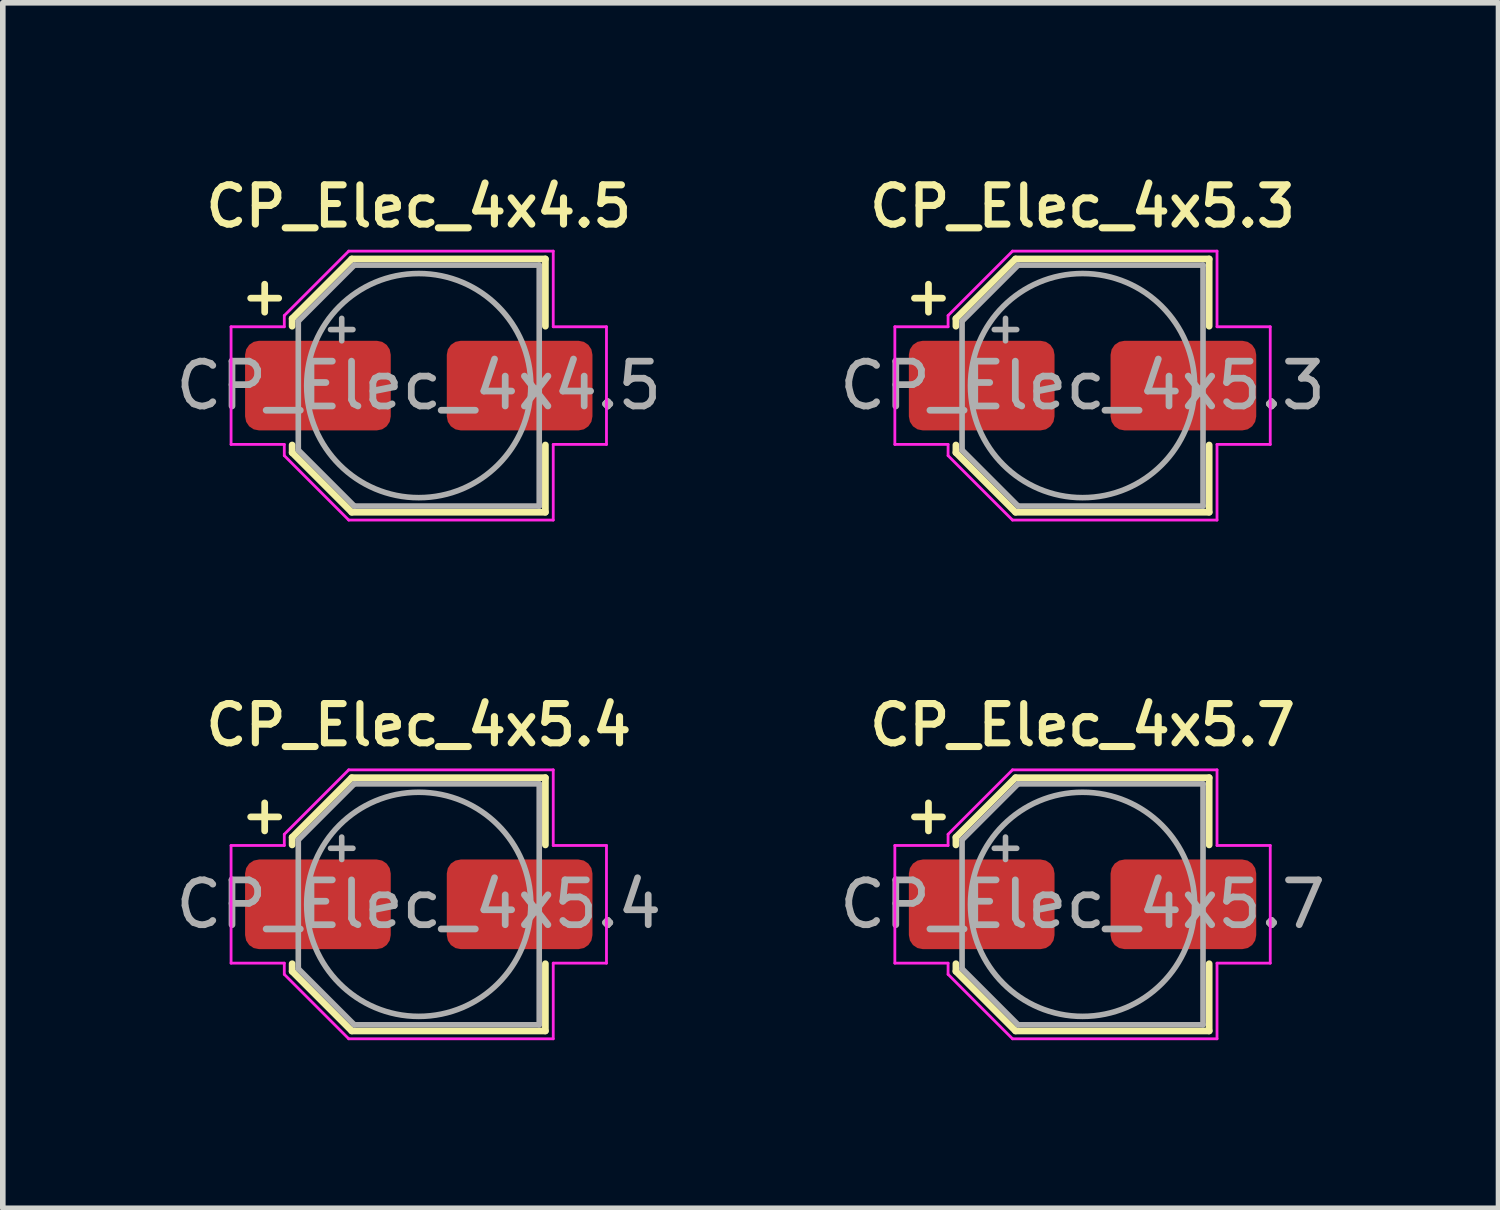
<source format=kicad_pcb>
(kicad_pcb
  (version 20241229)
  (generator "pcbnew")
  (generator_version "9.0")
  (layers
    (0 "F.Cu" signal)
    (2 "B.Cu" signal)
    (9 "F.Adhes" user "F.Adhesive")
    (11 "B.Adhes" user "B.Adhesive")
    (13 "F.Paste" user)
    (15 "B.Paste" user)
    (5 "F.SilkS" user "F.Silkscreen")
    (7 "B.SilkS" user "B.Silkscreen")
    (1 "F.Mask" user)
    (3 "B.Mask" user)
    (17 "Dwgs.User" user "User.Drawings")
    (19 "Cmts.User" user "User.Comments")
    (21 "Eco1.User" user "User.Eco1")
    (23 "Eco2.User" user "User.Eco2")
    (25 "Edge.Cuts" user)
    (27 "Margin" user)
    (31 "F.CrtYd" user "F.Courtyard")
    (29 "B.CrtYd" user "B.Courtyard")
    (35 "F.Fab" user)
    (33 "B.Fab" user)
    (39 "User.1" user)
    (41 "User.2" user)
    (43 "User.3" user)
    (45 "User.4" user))
  (footprint "CP_Elec_4x4.5"
    (layer "F.Cu")
    (at 4.424 3.832)
    (property "Reference" "CP_Elec_4x4.5" (at 0 -3.2 0) (layer "F.SilkS") (effects (font (size 0.7 0.7) (thickness 0.127))))
    (attr smd)
    (fp_line (start -3 -1.56) (end -2.5 -1.56) (stroke (width 0.12) (type solid)) (layer "F.SilkS"))
    (fp_line (start -2.75 -1.81) (end -2.75 -1.31) (stroke (width 0.12) (type solid)) (layer "F.SilkS"))
    (fp_line (start -2.26 -1.196) (end -2.26 -1.06) (stroke (width 0.12) (type solid)) (layer "F.SilkS"))
    (fp_line (start -2.26 -1.196) (end -1.196 -2.26) (stroke (width 0.12) (type solid)) (layer "F.SilkS"))
    (fp_line (start -2.26 1.196) (end -2.26 1.06) (stroke (width 0.12) (type solid)) (layer "F.SilkS"))
    (fp_line (start -2.26 1.196) (end -1.196 2.26) (stroke (width 0.12) (type solid)) (layer "F.SilkS"))
    (fp_line (start -1.196 -2.26) (end 2.26 -2.26) (stroke (width 0.12) (type solid)) (layer "F.SilkS"))
    (fp_line (start -1.196 2.26) (end 2.26 2.26) (stroke (width 0.12) (type solid)) (layer "F.SilkS"))
    (fp_line (start 2.26 -2.26) (end 2.26 -1.06) (stroke (width 0.12) (type solid)) (layer "F.SilkS"))
    (fp_line (start 2.26 2.26) (end 2.26 1.06) (stroke (width 0.12) (type solid)) (layer "F.SilkS"))
    (fp_line (start -3.35 -1.05) (end -3.35 1.05) (stroke (width 0.05) (type solid)) (layer "F.CrtYd"))
    (fp_line (start -3.35 1.05) (end -2.4 1.05) (stroke (width 0.05) (type solid)) (layer "F.CrtYd"))
    (fp_line (start -2.4 -1.25) (end -2.4 -1.05) (stroke (width 0.05) (type solid)) (layer "F.CrtYd"))
    (fp_line (start -2.4 -1.25) (end -1.25 -2.4) (stroke (width 0.05) (type solid)) (layer "F.CrtYd"))
    (fp_line (start -2.4 -1.05) (end -3.35 -1.05) (stroke (width 0.05) (type solid)) (layer "F.CrtYd"))
    (fp_line (start -2.4 1.05) (end -2.4 1.25) (stroke (width 0.05) (type solid)) (layer "F.CrtYd"))
    (fp_line (start -2.4 1.25) (end -1.25 2.4) (stroke (width 0.05) (type solid)) (layer "F.CrtYd"))
    (fp_line (start -1.25 -2.4) (end 2.4 -2.4) (stroke (width 0.05) (type solid)) (layer "F.CrtYd"))
    (fp_line (start -1.25 2.4) (end 2.4 2.4) (stroke (width 0.05) (type solid)) (layer "F.CrtYd"))
    (fp_line (start 2.4 -2.4) (end 2.4 -1.05) (stroke (width 0.05) (type solid)) (layer "F.CrtYd"))
    (fp_line (start 2.4 -1.05) (end 3.35 -1.05) (stroke (width 0.05) (type solid)) (layer "F.CrtYd"))
    (fp_line (start 2.4 1.05) (end 2.4 2.4) (stroke (width 0.05) (type solid)) (layer "F.CrtYd"))
    (fp_line (start 3.35 -1.05) (end 3.35 1.05) (stroke (width 0.05) (type solid)) (layer "F.CrtYd"))
    (fp_line (start 3.35 1.05) (end 2.4 1.05) (stroke (width 0.05) (type solid)) (layer "F.CrtYd"))
    (fp_line (start -2.15 -1.15) (end -2.15 1.15) (stroke (width 0.1) (type solid)) (layer "F.Fab"))
    (fp_line (start -2.15 -1.15) (end -1.15 -2.15) (stroke (width 0.1) (type solid)) (layer "F.Fab"))
    (fp_line (start -2.15 1.15) (end -1.15 2.15) (stroke (width 0.1) (type solid)) (layer "F.Fab"))
    (fp_line (start -1.575 -1) (end -1.175 -1) (stroke (width 0.1) (type solid)) (layer "F.Fab"))
    (fp_line (start -1.375 -1.2) (end -1.375 -0.8) (stroke (width 0.1) (type solid)) (layer "F.Fab"))
    (fp_line (start -1.15 -2.15) (end 2.15 -2.15) (stroke (width 0.1) (type solid)) (layer "F.Fab"))
    (fp_line (start -1.15 2.15) (end 2.15 2.15) (stroke (width 0.1) (type solid)) (layer "F.Fab"))
    (fp_line (start 2.15 -2.15) (end 2.15 2.15) (stroke (width 0.1) (type solid)) (layer "F.Fab"))
    (fp_circle (center 0 0) (end 2 0) (stroke (width 0.1) (type solid)) (fill no) (layer "F.Fab"))
    (fp_text user "${REFERENCE}" (at 0 0 0) (layer "F.Fab") (effects (font (size 0.8 0.8) (thickness 0.12))))
    (pad "1" smd roundrect (at -1.8 0) (size 2.6 1.6) (layers "F.Cu" "F.Mask" "F.Paste") (roundrect_rratio 0.156))
    (pad "2" smd roundrect (at 1.8 0) (size 2.6 1.6) (layers "F.Cu" "F.Mask" "F.Paste") (roundrect_rratio 0.156)))
  (footprint "CP_Elec_4x5.3"
    (layer "F.Cu")
    (at 16.271 3.832)
    (property "Reference" "CP_Elec_4x5.3" (at 0 -3.2 0) (layer "F.SilkS") (effects (font (size 0.7 0.7) (thickness 0.127))))
    (attr smd)
    (fp_line (start -3 -1.56) (end -2.5 -1.56) (stroke (width 0.12) (type solid)) (layer "F.SilkS"))
    (fp_line (start -2.75 -1.81) (end -2.75 -1.31) (stroke (width 0.12) (type solid)) (layer "F.SilkS"))
    (fp_line (start -2.26 -1.196) (end -2.26 -1.06) (stroke (width 0.12) (type solid)) (layer "F.SilkS"))
    (fp_line (start -2.26 -1.196) (end -1.196 -2.26) (stroke (width 0.12) (type solid)) (layer "F.SilkS"))
    (fp_line (start -2.26 1.196) (end -2.26 1.06) (stroke (width 0.12) (type solid)) (layer "F.SilkS"))
    (fp_line (start -2.26 1.196) (end -1.196 2.26) (stroke (width 0.12) (type solid)) (layer "F.SilkS"))
    (fp_line (start -1.196 -2.26) (end 2.26 -2.26) (stroke (width 0.12) (type solid)) (layer "F.SilkS"))
    (fp_line (start -1.196 2.26) (end 2.26 2.26) (stroke (width 0.12) (type solid)) (layer "F.SilkS"))
    (fp_line (start 2.26 -2.26) (end 2.26 -1.06) (stroke (width 0.12) (type solid)) (layer "F.SilkS"))
    (fp_line (start 2.26 2.26) (end 2.26 1.06) (stroke (width 0.12) (type solid)) (layer "F.SilkS"))
    (fp_line (start -3.35 -1.05) (end -3.35 1.05) (stroke (width 0.05) (type solid)) (layer "F.CrtYd"))
    (fp_line (start -3.35 1.05) (end -2.4 1.05) (stroke (width 0.05) (type solid)) (layer "F.CrtYd"))
    (fp_line (start -2.4 -1.25) (end -2.4 -1.05) (stroke (width 0.05) (type solid)) (layer "F.CrtYd"))
    (fp_line (start -2.4 -1.25) (end -1.25 -2.4) (stroke (width 0.05) (type solid)) (layer "F.CrtYd"))
    (fp_line (start -2.4 -1.05) (end -3.35 -1.05) (stroke (width 0.05) (type solid)) (layer "F.CrtYd"))
    (fp_line (start -2.4 1.05) (end -2.4 1.25) (stroke (width 0.05) (type solid)) (layer "F.CrtYd"))
    (fp_line (start -2.4 1.25) (end -1.25 2.4) (stroke (width 0.05) (type solid)) (layer "F.CrtYd"))
    (fp_line (start -1.25 -2.4) (end 2.4 -2.4) (stroke (width 0.05) (type solid)) (layer "F.CrtYd"))
    (fp_line (start -1.25 2.4) (end 2.4 2.4) (stroke (width 0.05) (type solid)) (layer "F.CrtYd"))
    (fp_line (start 2.4 -2.4) (end 2.4 -1.05) (stroke (width 0.05) (type solid)) (layer "F.CrtYd"))
    (fp_line (start 2.4 -1.05) (end 3.35 -1.05) (stroke (width 0.05) (type solid)) (layer "F.CrtYd"))
    (fp_line (start 2.4 1.05) (end 2.4 2.4) (stroke (width 0.05) (type solid)) (layer "F.CrtYd"))
    (fp_line (start 3.35 -1.05) (end 3.35 1.05) (stroke (width 0.05) (type solid)) (layer "F.CrtYd"))
    (fp_line (start 3.35 1.05) (end 2.4 1.05) (stroke (width 0.05) (type solid)) (layer "F.CrtYd"))
    (fp_line (start -2.15 -1.15) (end -2.15 1.15) (stroke (width 0.1) (type solid)) (layer "F.Fab"))
    (fp_line (start -2.15 -1.15) (end -1.15 -2.15) (stroke (width 0.1) (type solid)) (layer "F.Fab"))
    (fp_line (start -2.15 1.15) (end -1.15 2.15) (stroke (width 0.1) (type solid)) (layer "F.Fab"))
    (fp_line (start -1.575 -1) (end -1.175 -1) (stroke (width 0.1) (type solid)) (layer "F.Fab"))
    (fp_line (start -1.375 -1.2) (end -1.375 -0.8) (stroke (width 0.1) (type solid)) (layer "F.Fab"))
    (fp_line (start -1.15 -2.15) (end 2.15 -2.15) (stroke (width 0.1) (type solid)) (layer "F.Fab"))
    (fp_line (start -1.15 2.15) (end 2.15 2.15) (stroke (width 0.1) (type solid)) (layer "F.Fab"))
    (fp_line (start 2.15 -2.15) (end 2.15 2.15) (stroke (width 0.1) (type solid)) (layer "F.Fab"))
    (fp_circle (center 0 0) (end 2 0) (stroke (width 0.1) (type solid)) (fill no) (layer "F.Fab"))
    (fp_text user "${REFERENCE}" (at 0 0 0) (layer "F.Fab") (effects (font (size 0.8 0.8) (thickness 0.12))))
    (pad "1" smd roundrect (at -1.8 0) (size 2.6 1.6) (layers "F.Cu" "F.Mask" "F.Paste") (roundrect_rratio 0.156))
    (pad "2" smd roundrect (at 1.8 0) (size 2.6 1.6) (layers "F.Cu" "F.Mask" "F.Paste") (roundrect_rratio 0.156)))
  (footprint "CP_Elec_4x5.7"
    (layer "F.Cu")
    (at 16.271 13.09)
    (property "Reference" "CP_Elec_4x5.7" (at 0 -3.2 0) (layer "F.SilkS") (effects (font (size 0.7 0.7) (thickness 0.127))))
    (attr smd)
    (fp_line (start -3 -1.56) (end -2.5 -1.56) (stroke (width 0.12) (type solid)) (layer "F.SilkS"))
    (fp_line (start -2.75 -1.81) (end -2.75 -1.31) (stroke (width 0.12) (type solid)) (layer "F.SilkS"))
    (fp_line (start -2.26 -1.196) (end -2.26 -1.06) (stroke (width 0.12) (type solid)) (layer "F.SilkS"))
    (fp_line (start -2.26 -1.196) (end -1.196 -2.26) (stroke (width 0.12) (type solid)) (layer "F.SilkS"))
    (fp_line (start -2.26 1.196) (end -2.26 1.06) (stroke (width 0.12) (type solid)) (layer "F.SilkS"))
    (fp_line (start -2.26 1.196) (end -1.196 2.26) (stroke (width 0.12) (type solid)) (layer "F.SilkS"))
    (fp_line (start -1.196 -2.26) (end 2.26 -2.26) (stroke (width 0.12) (type solid)) (layer "F.SilkS"))
    (fp_line (start -1.196 2.26) (end 2.26 2.26) (stroke (width 0.12) (type solid)) (layer "F.SilkS"))
    (fp_line (start 2.26 -2.26) (end 2.26 -1.06) (stroke (width 0.12) (type solid)) (layer "F.SilkS"))
    (fp_line (start 2.26 2.26) (end 2.26 1.06) (stroke (width 0.12) (type solid)) (layer "F.SilkS"))
    (fp_line (start -3.35 -1.05) (end -3.35 1.05) (stroke (width 0.05) (type solid)) (layer "F.CrtYd"))
    (fp_line (start -3.35 1.05) (end -2.4 1.05) (stroke (width 0.05) (type solid)) (layer "F.CrtYd"))
    (fp_line (start -2.4 -1.25) (end -2.4 -1.05) (stroke (width 0.05) (type solid)) (layer "F.CrtYd"))
    (fp_line (start -2.4 -1.25) (end -1.25 -2.4) (stroke (width 0.05) (type solid)) (layer "F.CrtYd"))
    (fp_line (start -2.4 -1.05) (end -3.35 -1.05) (stroke (width 0.05) (type solid)) (layer "F.CrtYd"))
    (fp_line (start -2.4 1.05) (end -2.4 1.25) (stroke (width 0.05) (type solid)) (layer "F.CrtYd"))
    (fp_line (start -2.4 1.25) (end -1.25 2.4) (stroke (width 0.05) (type solid)) (layer "F.CrtYd"))
    (fp_line (start -1.25 -2.4) (end 2.4 -2.4) (stroke (width 0.05) (type solid)) (layer "F.CrtYd"))
    (fp_line (start -1.25 2.4) (end 2.4 2.4) (stroke (width 0.05) (type solid)) (layer "F.CrtYd"))
    (fp_line (start 2.4 -2.4) (end 2.4 -1.05) (stroke (width 0.05) (type solid)) (layer "F.CrtYd"))
    (fp_line (start 2.4 -1.05) (end 3.35 -1.05) (stroke (width 0.05) (type solid)) (layer "F.CrtYd"))
    (fp_line (start 2.4 1.05) (end 2.4 2.4) (stroke (width 0.05) (type solid)) (layer "F.CrtYd"))
    (fp_line (start 3.35 -1.05) (end 3.35 1.05) (stroke (width 0.05) (type solid)) (layer "F.CrtYd"))
    (fp_line (start 3.35 1.05) (end 2.4 1.05) (stroke (width 0.05) (type solid)) (layer "F.CrtYd"))
    (fp_line (start -2.15 -1.15) (end -2.15 1.15) (stroke (width 0.1) (type solid)) (layer "F.Fab"))
    (fp_line (start -2.15 -1.15) (end -1.15 -2.15) (stroke (width 0.1) (type solid)) (layer "F.Fab"))
    (fp_line (start -2.15 1.15) (end -1.15 2.15) (stroke (width 0.1) (type solid)) (layer "F.Fab"))
    (fp_line (start -1.575 -1) (end -1.175 -1) (stroke (width 0.1) (type solid)) (layer "F.Fab"))
    (fp_line (start -1.375 -1.2) (end -1.375 -0.8) (stroke (width 0.1) (type solid)) (layer "F.Fab"))
    (fp_line (start -1.15 -2.15) (end 2.15 -2.15) (stroke (width 0.1) (type solid)) (layer "F.Fab"))
    (fp_line (start -1.15 2.15) (end 2.15 2.15) (stroke (width 0.1) (type solid)) (layer "F.Fab"))
    (fp_line (start 2.15 -2.15) (end 2.15 2.15) (stroke (width 0.1) (type solid)) (layer "F.Fab"))
    (fp_circle (center 0 0) (end 2 0) (stroke (width 0.1) (type solid)) (fill no) (layer "F.Fab"))
    (fp_text user "${REFERENCE}" (at 0 0 0) (layer "F.Fab") (effects (font (size 0.8 0.8) (thickness 0.12))))
    (pad "1" smd roundrect (at -1.8 0) (size 2.6 1.6) (layers "F.Cu" "F.Mask" "F.Paste") (roundrect_rratio 0.156))
    (pad "2" smd roundrect (at 1.8 0) (size 2.6 1.6) (layers "F.Cu" "F.Mask" "F.Paste") (roundrect_rratio 0.156)))
  (footprint "CP_Elec_4x5.4"
    (layer "F.Cu")
    (at 4.424 13.09)
    (property "Reference" "CP_Elec_4x5.4" (at 0 -3.2 0) (layer "F.SilkS") (effects (font (size 0.7 0.7) (thickness 0.127))))
    (attr smd)
    (fp_line (start -3 -1.56) (end -2.5 -1.56) (stroke (width 0.12) (type solid)) (layer "F.SilkS"))
    (fp_line (start -2.75 -1.81) (end -2.75 -1.31) (stroke (width 0.12) (type solid)) (layer "F.SilkS"))
    (fp_line (start -2.26 -1.196) (end -2.26 -1.06) (stroke (width 0.12) (type solid)) (layer "F.SilkS"))
    (fp_line (start -2.26 -1.196) (end -1.196 -2.26) (stroke (width 0.12) (type solid)) (layer "F.SilkS"))
    (fp_line (start -2.26 1.196) (end -2.26 1.06) (stroke (width 0.12) (type solid)) (layer "F.SilkS"))
    (fp_line (start -2.26 1.196) (end -1.196 2.26) (stroke (width 0.12) (type solid)) (layer "F.SilkS"))
    (fp_line (start -1.196 -2.26) (end 2.26 -2.26) (stroke (width 0.12) (type solid)) (layer "F.SilkS"))
    (fp_line (start -1.196 2.26) (end 2.26 2.26) (stroke (width 0.12) (type solid)) (layer "F.SilkS"))
    (fp_line (start 2.26 -2.26) (end 2.26 -1.06) (stroke (width 0.12) (type solid)) (layer "F.SilkS"))
    (fp_line (start 2.26 2.26) (end 2.26 1.06) (stroke (width 0.12) (type solid)) (layer "F.SilkS"))
    (fp_line (start -3.35 -1.05) (end -3.35 1.05) (stroke (width 0.05) (type solid)) (layer "F.CrtYd"))
    (fp_line (start -3.35 1.05) (end -2.4 1.05) (stroke (width 0.05) (type solid)) (layer "F.CrtYd"))
    (fp_line (start -2.4 -1.25) (end -2.4 -1.05) (stroke (width 0.05) (type solid)) (layer "F.CrtYd"))
    (fp_line (start -2.4 -1.25) (end -1.25 -2.4) (stroke (width 0.05) (type solid)) (layer "F.CrtYd"))
    (fp_line (start -2.4 -1.05) (end -3.35 -1.05) (stroke (width 0.05) (type solid)) (layer "F.CrtYd"))
    (fp_line (start -2.4 1.05) (end -2.4 1.25) (stroke (width 0.05) (type solid)) (layer "F.CrtYd"))
    (fp_line (start -2.4 1.25) (end -1.25 2.4) (stroke (width 0.05) (type solid)) (layer "F.CrtYd"))
    (fp_line (start -1.25 -2.4) (end 2.4 -2.4) (stroke (width 0.05) (type solid)) (layer "F.CrtYd"))
    (fp_line (start -1.25 2.4) (end 2.4 2.4) (stroke (width 0.05) (type solid)) (layer "F.CrtYd"))
    (fp_line (start 2.4 -2.4) (end 2.4 -1.05) (stroke (width 0.05) (type solid)) (layer "F.CrtYd"))
    (fp_line (start 2.4 -1.05) (end 3.35 -1.05) (stroke (width 0.05) (type solid)) (layer "F.CrtYd"))
    (fp_line (start 2.4 1.05) (end 2.4 2.4) (stroke (width 0.05) (type solid)) (layer "F.CrtYd"))
    (fp_line (start 3.35 -1.05) (end 3.35 1.05) (stroke (width 0.05) (type solid)) (layer "F.CrtYd"))
    (fp_line (start 3.35 1.05) (end 2.4 1.05) (stroke (width 0.05) (type solid)) (layer "F.CrtYd"))
    (fp_line (start -2.15 -1.15) (end -2.15 1.15) (stroke (width 0.1) (type solid)) (layer "F.Fab"))
    (fp_line (start -2.15 -1.15) (end -1.15 -2.15) (stroke (width 0.1) (type solid)) (layer "F.Fab"))
    (fp_line (start -2.15 1.15) (end -1.15 2.15) (stroke (width 0.1) (type solid)) (layer "F.Fab"))
    (fp_line (start -1.575 -1) (end -1.175 -1) (stroke (width 0.1) (type solid)) (layer "F.Fab"))
    (fp_line (start -1.375 -1.2) (end -1.375 -0.8) (stroke (width 0.1) (type solid)) (layer "F.Fab"))
    (fp_line (start -1.15 -2.15) (end 2.15 -2.15) (stroke (width 0.1) (type solid)) (layer "F.Fab"))
    (fp_line (start -1.15 2.15) (end 2.15 2.15) (stroke (width 0.1) (type solid)) (layer "F.Fab"))
    (fp_line (start 2.15 -2.15) (end 2.15 2.15) (stroke (width 0.1) (type solid)) (layer "F.Fab"))
    (fp_circle (center 0 0) (end 2 0) (stroke (width 0.1) (type solid)) (fill no) (layer "F.Fab"))
    (fp_text user "${REFERENCE}" (at 0 0 0) (layer "F.Fab") (effects (font (size 0.8 0.8) (thickness 0.12))))
    (pad "1" smd roundrect (at -1.8 0) (size 2.6 1.6) (layers "F.Cu" "F.Mask" "F.Paste") (roundrect_rratio 0.156))
    (pad "2" smd roundrect (at 1.8 0) (size 2.6 1.6) (layers "F.Cu" "F.Mask" "F.Paste") (roundrect_rratio 0.156)))
  (gr_rect
    (start -3 -3)
    (end 23.695 18.515)
    (stroke (width 0.1) (type default))
    (fill no)
    (layer "Edge.Cuts")))
</source>
